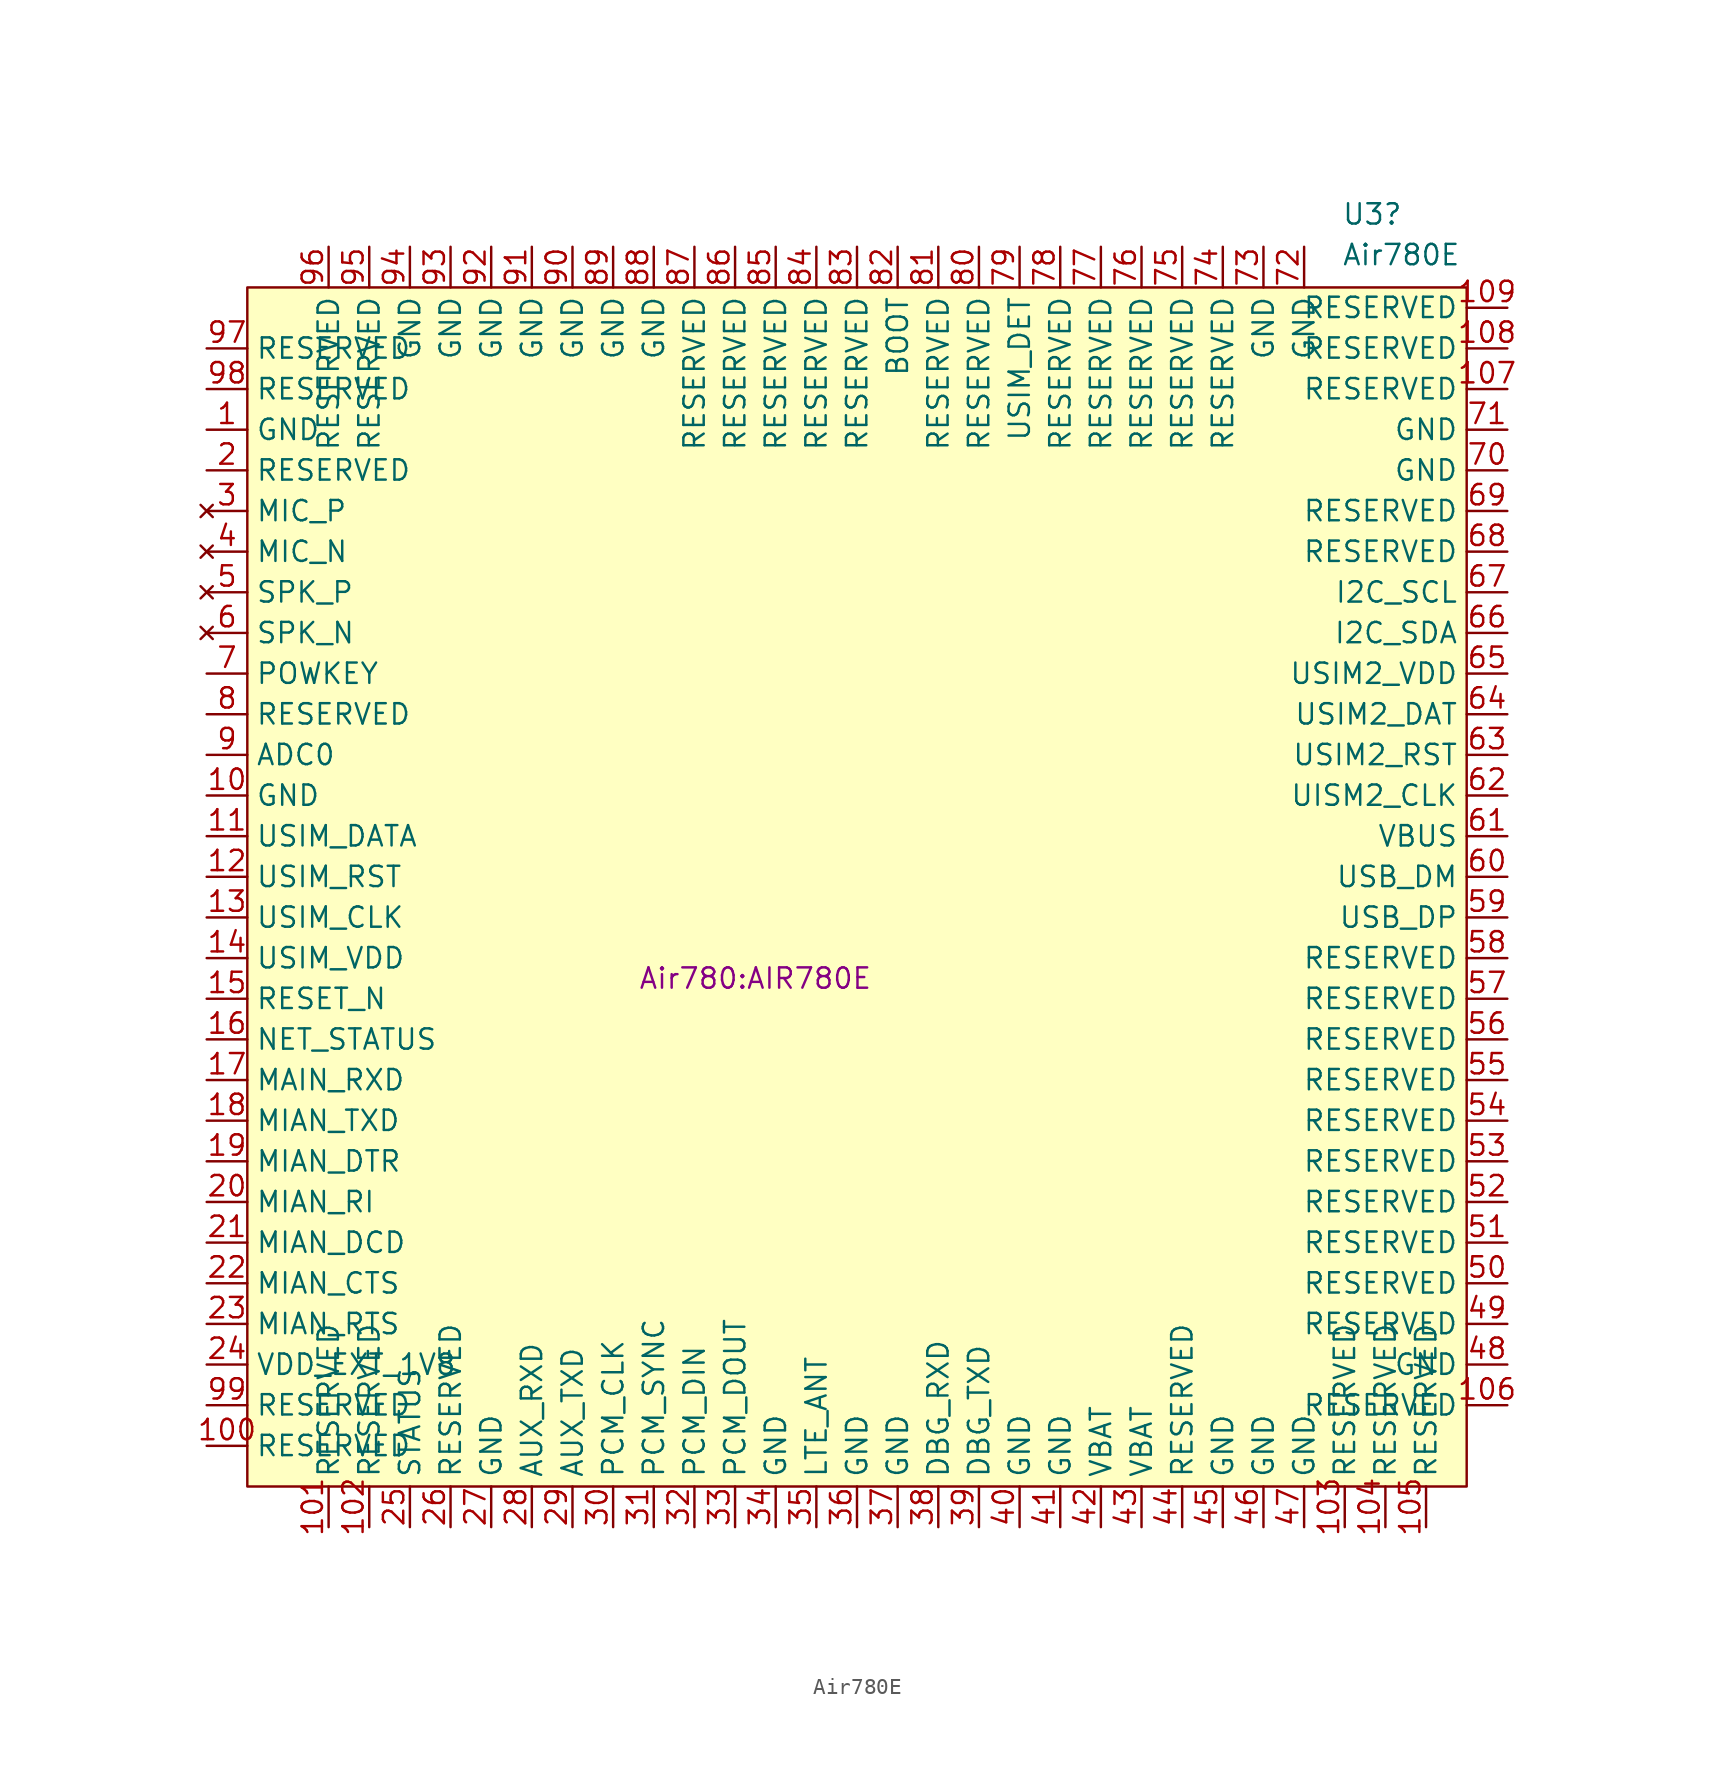
<source format=kicad_sym>
(kicad_symbol_lib
  (version 20220914)
  (generator kicad_symbol_editor)
  (symbol "Air780E"
    (property "Reference" "U3"
      (at 36.633 47.752 0)
      (effects (font (size 1.27 1.27)) (justify left)))
    (property "Value" "Air780E"
      (at 36.633 45.212 0)
      (effects (font (size 1.27 1.27)) (justify left)))
    (property "Footprint" "Air780:AIR780E"
      (at 0 0 0)
      (effects (font (size 1.27 1.27))))
    (symbol "Air780E_1_1"
      (rectangle (start -31.75 43.18) (end 44.45 -31.75) (stroke (width 0) (type default)) (fill (type background)))
      (pin power_in line (at -34.29 34.29 0) (length 2.54) (name "GND" (effects (font (size 1.27 1.27)))) (number "1" (effects (font (size 1.27 1.27)))))
      (pin power_in line (at -34.29 11.43 0) (length 2.54) (name "GND" (effects (font (size 1.27 1.27)))) (number "10" (effects (font (size 1.27 1.27)))))
      (pin unspecified line (at -34.29 -29.21 0) (length 2.54) (name "RESERVED" (effects (font (size 1.27 1.27)))) (number "100" (effects (font (size 1.27 1.27)))))
      (pin unspecified line (at -26.67 -34.29 90) (length 2.54) (name "RESERVED" (effects (font (size 1.27 1.27)))) (number "101" (effects (font (size 1.27 1.27)))))
      (pin unspecified line (at -24.13 -34.29 90) (length 2.54) (name "RESERVED" (effects (font (size 1.27 1.27)))) (number "102" (effects (font (size 1.27 1.27)))))
      (pin unspecified line (at 36.83 -34.29 90) (length 2.54) (name "RESERVED" (effects (font (size 1.27 1.27)))) (number "103" (effects (font (size 1.27 1.27)))))
      (pin unspecified line (at 39.37 -34.29 90) (length 2.54) (name "RESERVED" (effects (font (size 1.27 1.27)))) (number "104" (effects (font (size 1.27 1.27)))))
      (pin unspecified line (at 41.91 -34.29 90) (length 2.54) (name "RESERVED" (effects (font (size 1.27 1.27)))) (number "105" (effects (font (size 1.27 1.27)))))
      (pin unspecified line (at 46.99 -26.67 180) (length 2.54) (name "RESERVED" (effects (font (size 1.27 1.27)))) (number "106" (effects (font (size 1.27 1.27)))))
      (pin unspecified line (at 46.99 36.83 180) (length 2.54) (name "RESERVED" (effects (font (size 1.27 1.27)))) (number "107" (effects (font (size 1.27 1.27)))))
      (pin unspecified line (at 46.99 39.37 180) (length 2.54) (name "RESERVED" (effects (font (size 1.27 1.27)))) (number "108" (effects (font (size 1.27 1.27)))))
      (pin unspecified line (at 46.99 41.91 180) (length 2.54) (name "RESERVED" (effects (font (size 1.27 1.27)))) (number "109" (effects (font (size 1.27 1.27)))))
      (pin output line (at -34.29 8.89 0) (length 2.54) (name "USIM_DATA" (effects (font (size 1.27 1.27)))) (number "11" (effects (font (size 1.27 1.27)))))
      (pin output line (at -34.29 6.35 0) (length 2.54) (name "USIM_RST" (effects (font (size 1.27 1.27)))) (number "12" (effects (font (size 1.27 1.27)))))
      (pin output line (at -34.29 3.81 0) (length 2.54) (name "USIM_CLK" (effects (font (size 1.27 1.27)))) (number "13" (effects (font (size 1.27 1.27)))))
      (pin power_out line (at -34.29 1.27 0) (length 2.54) (name "USIM_VDD" (effects (font (size 1.27 1.27)))) (number "14" (effects (font (size 1.27 1.27)))))
      (pin input line (at -34.29 -1.27 0) (length 2.54) (name "RESET_N" (effects (font (size 1.27 1.27)))) (number "15" (effects (font (size 1.27 1.27)))))
      (pin bidirectional line (at -34.29 -3.81 0) (length 2.54) (name "NET_STATUS" (effects (font (size 1.27 1.27)))) (number "16" (effects (font (size 1.27 1.27)))))
      (pin bidirectional line (at -34.29 -6.35 0) (length 2.54) (name "MAIN_RXD" (effects (font (size 1.27 1.27)))) (number "17" (effects (font (size 1.27 1.27)))))
      (pin bidirectional line (at -34.29 -8.89 0) (length 2.54) (name "MIAN_TXD" (effects (font (size 1.27 1.27)))) (number "18" (effects (font (size 1.27 1.27)))))
      (pin bidirectional line (at -34.29 -11.43 0) (length 2.54) (name "MIAN_DTR" (effects (font (size 1.27 1.27)))) (number "19" (effects (font (size 1.27 1.27)))))
      (pin unspecified line (at -34.29 31.75 0) (length 2.54) (name "RESERVED" (effects (font (size 1.27 1.27)))) (number "2" (effects (font (size 1.27 1.27)))))
      (pin bidirectional line (at -34.29 -13.97 0) (length 2.54) (name "MIAN_RI" (effects (font (size 1.27 1.27)))) (number "20" (effects (font (size 1.27 1.27)))))
      (pin bidirectional line (at -34.29 -16.51 0) (length 2.54) (name "MIAN_DCD" (effects (font (size 1.27 1.27)))) (number "21" (effects (font (size 1.27 1.27)))))
      (pin bidirectional line (at -34.29 -19.05 0) (length 2.54) (name "MIAN_CTS" (effects (font (size 1.27 1.27)))) (number "22" (effects (font (size 1.27 1.27)))))
      (pin bidirectional line (at -34.29 -21.59 0) (length 2.54) (name "MIAN_RTS" (effects (font (size 1.27 1.27)))) (number "23" (effects (font (size 1.27 1.27)))))
      (pin power_out line (at -34.29 -24.13 0) (length 2.54) (name "VDD_EXT_1V8" (effects (font (size 1.27 1.27)))) (number "24" (effects (font (size 1.27 1.27)))))
      (pin bidirectional line (at -21.59 -34.29 90) (length 2.54) (name "STATUS" (effects (font (size 1.27 1.27)))) (number "25" (effects (font (size 1.27 1.27)))))
      (pin unspecified line (at -19.05 -34.29 90) (length 2.54) (name "RESERVED" (effects (font (size 1.27 1.27)))) (number "26" (effects (font (size 1.27 1.27)))))
      (pin power_in line (at -16.51 -34.29 90) (length 2.54) (name "GND" (effects (font (size 1.27 1.27)))) (number "27" (effects (font (size 1.27 1.27)))))
      (pin bidirectional line (at -13.97 -34.29 90) (length 2.54) (name "AUX_RXD" (effects (font (size 1.27 1.27)))) (number "28" (effects (font (size 1.27 1.27)))))
      (pin bidirectional line (at -11.43 -34.29 90) (length 2.54) (name "AUX_TXD" (effects (font (size 1.27 1.27)))) (number "29" (effects (font (size 1.27 1.27)))))
      (pin no_connect line (at -34.29 29.21 0) (length 2.54) (name "MIC_P" (effects (font (size 1.27 1.27)))) (number "3" (effects (font (size 1.27 1.27)))))
      (pin bidirectional line (at -8.89 -34.29 90) (length 2.54) (name "PCM_CLK" (effects (font (size 1.27 1.27)))) (number "30" (effects (font (size 1.27 1.27)))))
      (pin bidirectional line (at -6.35 -34.29 90) (length 2.54) (name "PCM_SYNC" (effects (font (size 1.27 1.27)))) (number "31" (effects (font (size 1.27 1.27)))))
      (pin bidirectional line (at -3.81 -34.29 90) (length 2.54) (name "PCM_DIN" (effects (font (size 1.27 1.27)))) (number "32" (effects (font (size 1.27 1.27)))))
      (pin bidirectional line (at -1.27 -34.29 90) (length 2.54) (name "PCM_DOUT" (effects (font (size 1.27 1.27)))) (number "33" (effects (font (size 1.27 1.27)))))
      (pin power_in line (at 1.27 -34.29 90) (length 2.54) (name "GND" (effects (font (size 1.27 1.27)))) (number "34" (effects (font (size 1.27 1.27)))))
      (pin bidirectional line (at 3.81 -34.29 90) (length 2.54) (name "LTE_ANT" (effects (font (size 1.27 1.27)))) (number "35" (effects (font (size 1.27 1.27)))))
      (pin power_in line (at 6.35 -34.29 90) (length 2.54) (name "GND" (effects (font (size 1.27 1.27)))) (number "36" (effects (font (size 1.27 1.27)))))
      (pin power_in line (at 8.89 -34.29 90) (length 2.54) (name "GND" (effects (font (size 1.27 1.27)))) (number "37" (effects (font (size 1.27 1.27)))))
      (pin bidirectional line (at 11.43 -34.29 90) (length 2.54) (name "DBG_RXD" (effects (font (size 1.27 1.27)))) (number "38" (effects (font (size 1.27 1.27)))))
      (pin bidirectional line (at 13.97 -34.29 90) (length 2.54) (name "DBG_TXD" (effects (font (size 1.27 1.27)))) (number "39" (effects (font (size 1.27 1.27)))))
      (pin no_connect line (at -34.29 26.67 0) (length 2.54) (name "MIC_N" (effects (font (size 1.27 1.27)))) (number "4" (effects (font (size 1.27 1.27)))))
      (pin power_in line (at 16.51 -34.29 90) (length 2.54) (name "GND" (effects (font (size 1.27 1.27)))) (number "40" (effects (font (size 1.27 1.27)))))
      (pin power_in line (at 19.05 -34.29 90) (length 2.54) (name "GND" (effects (font (size 1.27 1.27)))) (number "41" (effects (font (size 1.27 1.27)))))
      (pin power_in line (at 21.59 -34.29 90) (length 2.54) (name "VBAT" (effects (font (size 1.27 1.27)))) (number "42" (effects (font (size 1.27 1.27)))))
      (pin power_in line (at 24.13 -34.29 90) (length 2.54) (name "VBAT" (effects (font (size 1.27 1.27)))) (number "43" (effects (font (size 1.27 1.27)))))
      (pin unspecified line (at 26.67 -34.29 90) (length 2.54) (name "RESERVED" (effects (font (size 1.27 1.27)))) (number "44" (effects (font (size 1.27 1.27)))))
      (pin power_in line (at 29.21 -34.29 90) (length 2.54) (name "GND" (effects (font (size 1.27 1.27)))) (number "45" (effects (font (size 1.27 1.27)))))
      (pin power_in line (at 31.75 -34.29 90) (length 2.54) (name "GND" (effects (font (size 1.27 1.27)))) (number "46" (effects (font (size 1.27 1.27)))))
      (pin power_in line (at 34.29 -34.29 90) (length 2.54) (name "GND" (effects (font (size 1.27 1.27)))) (number "47" (effects (font (size 1.27 1.27)))))
      (pin power_in line (at 46.99 -24.13 180) (length 2.54) (name "GND" (effects (font (size 1.27 1.27)))) (number "48" (effects (font (size 1.27 1.27)))))
      (pin unspecified line (at 46.99 -21.59 180) (length 2.54) (name "RESERVED" (effects (font (size 1.27 1.27)))) (number "49" (effects (font (size 1.27 1.27)))))
      (pin no_connect line (at -34.29 24.13 0) (length 2.54) (name "SPK_P" (effects (font (size 1.27 1.27)))) (number "5" (effects (font (size 1.27 1.27)))))
      (pin unspecified line (at 46.99 -19.05 180) (length 2.54) (name "RESERVED" (effects (font (size 1.27 1.27)))) (number "50" (effects (font (size 1.27 1.27)))))
      (pin unspecified line (at 46.99 -16.51 180) (length 2.54) (name "RESERVED" (effects (font (size 1.27 1.27)))) (number "51" (effects (font (size 1.27 1.27)))))
      (pin unspecified line (at 46.99 -13.97 180) (length 2.54) (name "RESERVED" (effects (font (size 1.27 1.27)))) (number "52" (effects (font (size 1.27 1.27)))))
      (pin unspecified line (at 46.99 -11.43 180) (length 2.54) (name "RESERVED" (effects (font (size 1.27 1.27)))) (number "53" (effects (font (size 1.27 1.27)))))
      (pin unspecified line (at 46.99 -8.89 180) (length 2.54) (name "RESERVED" (effects (font (size 1.27 1.27)))) (number "54" (effects (font (size 1.27 1.27)))))
      (pin unspecified line (at 46.99 -6.35 180) (length 2.54) (name "RESERVED" (effects (font (size 1.27 1.27)))) (number "55" (effects (font (size 1.27 1.27)))))
      (pin bidirectional line (at 46.99 -3.81 180) (length 2.54) (name "RESERVED" (effects (font (size 1.27 1.27)))) (number "56" (effects (font (size 1.27 1.27)))))
      (pin output line (at 46.99 -1.27 180) (length 2.54) (name "RESERVED" (effects (font (size 1.27 1.27)))) (number "57" (effects (font (size 1.27 1.27)))))
      (pin output line (at 46.99 1.27 180) (length 2.54) (name "RESERVED" (effects (font (size 1.27 1.27)))) (number "58" (effects (font (size 1.27 1.27)))))
      (pin bidirectional line (at 46.99 3.81 180) (length 2.54) (name "USB_DP" (effects (font (size 1.27 1.27)))) (number "59" (effects (font (size 1.27 1.27)))))
      (pin no_connect line (at -34.29 21.59 0) (length 2.54) (name "SPK_N" (effects (font (size 1.27 1.27)))) (number "6" (effects (font (size 1.27 1.27)))))
      (pin bidirectional line (at 46.99 6.35 180) (length 2.54) (name "USB_DM" (effects (font (size 1.27 1.27)))) (number "60" (effects (font (size 1.27 1.27)))))
      (pin power_in line (at 46.99 8.89 180) (length 2.54) (name "VBUS" (effects (font (size 1.27 1.27)))) (number "61" (effects (font (size 1.27 1.27)))))
      (pin unspecified line (at 46.99 11.43 180) (length 2.54) (name "UISM2_CLK" (effects (font (size 1.27 1.27)))) (number "62" (effects (font (size 1.27 1.27)))))
      (pin unspecified line (at 46.99 13.97 180) (length 2.54) (name "USIM2_RST" (effects (font (size 1.27 1.27)))) (number "63" (effects (font (size 1.27 1.27)))))
      (pin unspecified line (at 46.99 16.51 180) (length 2.54) (name "USIM2_DAT" (effects (font (size 1.27 1.27)))) (number "64" (effects (font (size 1.27 1.27)))))
      (pin power_out line (at 46.99 19.05 180) (length 2.54) (name "USIM2_VDD" (effects (font (size 1.27 1.27)))) (number "65" (effects (font (size 1.27 1.27)))))
      (pin bidirectional line (at 46.99 21.59 180) (length 2.54) (name "I2C_SDA" (effects (font (size 1.27 1.27)))) (number "66" (effects (font (size 1.27 1.27)))))
      (pin bidirectional line (at 46.99 24.13 180) (length 2.54) (name "I2C_SCL" (effects (font (size 1.27 1.27)))) (number "67" (effects (font (size 1.27 1.27)))))
      (pin unspecified line (at 46.99 26.67 180) (length 2.54) (name "RESERVED" (effects (font (size 1.27 1.27)))) (number "68" (effects (font (size 1.27 1.27)))))
      (pin unspecified line (at 46.99 29.21 180) (length 2.54) (name "RESERVED" (effects (font (size 1.27 1.27)))) (number "69" (effects (font (size 1.27 1.27)))))
      (pin input line (at -34.29 19.05 0) (length 2.54) (name "POWKEY" (effects (font (size 1.27 1.27)))) (number "7" (effects (font (size 1.27 1.27)))))
      (pin power_in line (at 46.99 31.75 180) (length 2.54) (name "GND" (effects (font (size 1.27 1.27)))) (number "70" (effects (font (size 1.27 1.27)))))
      (pin power_in line (at 46.99 34.29 180) (length 2.54) (name "GND" (effects (font (size 1.27 1.27)))) (number "71" (effects (font (size 1.27 1.27)))))
      (pin power_in line (at 34.29 45.72 270) (length 2.54) (name "GND" (effects (font (size 1.27 1.27)))) (number "72" (effects (font (size 1.27 1.27)))))
      (pin power_in line (at 31.75 45.72 270) (length 2.54) (name "GND" (effects (font (size 1.27 1.27)))) (number "73" (effects (font (size 1.27 1.27)))))
      (pin unspecified line (at 29.21 45.72 270) (length 2.54) (name "RESERVED" (effects (font (size 1.27 1.27)))) (number "74" (effects (font (size 1.27 1.27)))))
      (pin unspecified line (at 26.67 45.72 270) (length 2.54) (name "RESERVED" (effects (font (size 1.27 1.27)))) (number "75" (effects (font (size 1.27 1.27)))))
      (pin unspecified line (at 24.13 45.72 270) (length 2.54) (name "RESERVED" (effects (font (size 1.27 1.27)))) (number "76" (effects (font (size 1.27 1.27)))))
      (pin unspecified line (at 21.59 45.72 270) (length 2.54) (name "RESERVED" (effects (font (size 1.27 1.27)))) (number "77" (effects (font (size 1.27 1.27)))))
      (pin unspecified line (at 19.05 45.72 270) (length 2.54) (name "RESERVED" (effects (font (size 1.27 1.27)))) (number "78" (effects (font (size 1.27 1.27)))))
      (pin bidirectional line (at 16.51 45.72 270) (length 2.54) (name "USIM_DET" (effects (font (size 1.27 1.27)))) (number "79" (effects (font (size 1.27 1.27)))))
      (pin unspecified line (at -34.29 16.51 0) (length 2.54) (name "RESERVED" (effects (font (size 1.27 1.27)))) (number "8" (effects (font (size 1.27 1.27)))))
      (pin unspecified line (at 13.97 45.72 270) (length 2.54) (name "RESERVED" (effects (font (size 1.27 1.27)))) (number "80" (effects (font (size 1.27 1.27)))))
      (pin unspecified line (at 11.43 45.72 270) (length 2.54) (name "RESERVED" (effects (font (size 1.27 1.27)))) (number "81" (effects (font (size 1.27 1.27)))))
      (pin bidirectional line (at 8.89 45.72 270) (length 2.54) (name "BOOT" (effects (font (size 1.27 1.27)))) (number "82" (effects (font (size 1.27 1.27)))))
      (pin unspecified line (at 6.35 45.72 270) (length 2.54) (name "RESERVED" (effects (font (size 1.27 1.27)))) (number "83" (effects (font (size 1.27 1.27)))))
      (pin unspecified line (at 3.81 45.72 270) (length 2.54) (name "RESERVED" (effects (font (size 1.27 1.27)))) (number "84" (effects (font (size 1.27 1.27)))))
      (pin unspecified line (at 1.27 45.72 270) (length 2.54) (name "RESERVED" (effects (font (size 1.27 1.27)))) (number "85" (effects (font (size 1.27 1.27)))))
      (pin unspecified line (at -1.27 45.72 270) (length 2.54) (name "RESERVED" (effects (font (size 1.27 1.27)))) (number "86" (effects (font (size 1.27 1.27)))))
      (pin unspecified line (at -3.81 45.72 270) (length 2.54) (name "RESERVED" (effects (font (size 1.27 1.27)))) (number "87" (effects (font (size 1.27 1.27)))))
      (pin power_in line (at -6.35 45.72 270) (length 2.54) (name "GND" (effects (font (size 1.27 1.27)))) (number "88" (effects (font (size 1.27 1.27)))))
      (pin power_in line (at -8.89 45.72 270) (length 2.54) (name "GND" (effects (font (size 1.27 1.27)))) (number "89" (effects (font (size 1.27 1.27)))))
      (pin unspecified line (at -34.29 13.97 0) (length 2.54) (name "ADC0" (effects (font (size 1.27 1.27)))) (number "9" (effects (font (size 1.27 1.27)))))
      (pin power_in line (at -11.43 45.72 270) (length 2.54) (name "GND" (effects (font (size 1.27 1.27)))) (number "90" (effects (font (size 1.27 1.27)))))
      (pin power_in line (at -13.97 45.72 270) (length 2.54) (name "GND" (effects (font (size 1.27 1.27)))) (number "91" (effects (font (size 1.27 1.27)))))
      (pin power_in line (at -16.51 45.72 270) (length 2.54) (name "GND" (effects (font (size 1.27 1.27)))) (number "92" (effects (font (size 1.27 1.27)))))
      (pin power_in line (at -19.05 45.72 270) (length 2.54) (name "GND" (effects (font (size 1.27 1.27)))) (number "93" (effects (font (size 1.27 1.27)))))
      (pin power_in line (at -21.59 45.72 270) (length 2.54) (name "GND" (effects (font (size 1.27 1.27)))) (number "94" (effects (font (size 1.27 1.27)))))
      (pin unspecified line (at -24.13 45.72 270) (length 2.54) (name "RESERVED" (effects (font (size 1.27 1.27)))) (number "95" (effects (font (size 1.27 1.27)))))
      (pin unspecified line (at -26.67 45.72 270) (length 2.54) (name "RESERVED" (effects (font (size 1.27 1.27)))) (number "96" (effects (font (size 1.27 1.27)))))
      (pin unspecified line (at -34.29 39.37 0) (length 2.54) (name "RESERVED" (effects (font (size 1.27 1.27)))) (number "97" (effects (font (size 1.27 1.27)))))
      (pin unspecified line (at -34.29 36.83 0) (length 2.54) (name "RESERVED" (effects (font (size 1.27 1.27)))) (number "98" (effects (font (size 1.27 1.27)))))
      (pin unspecified line (at -34.29 -26.67 0) (length 2.54) (name "RESERVED" (effects (font (size 1.27 1.27)))) (number "99" (effects (font (size 1.27 1.27))))))))
</source>
